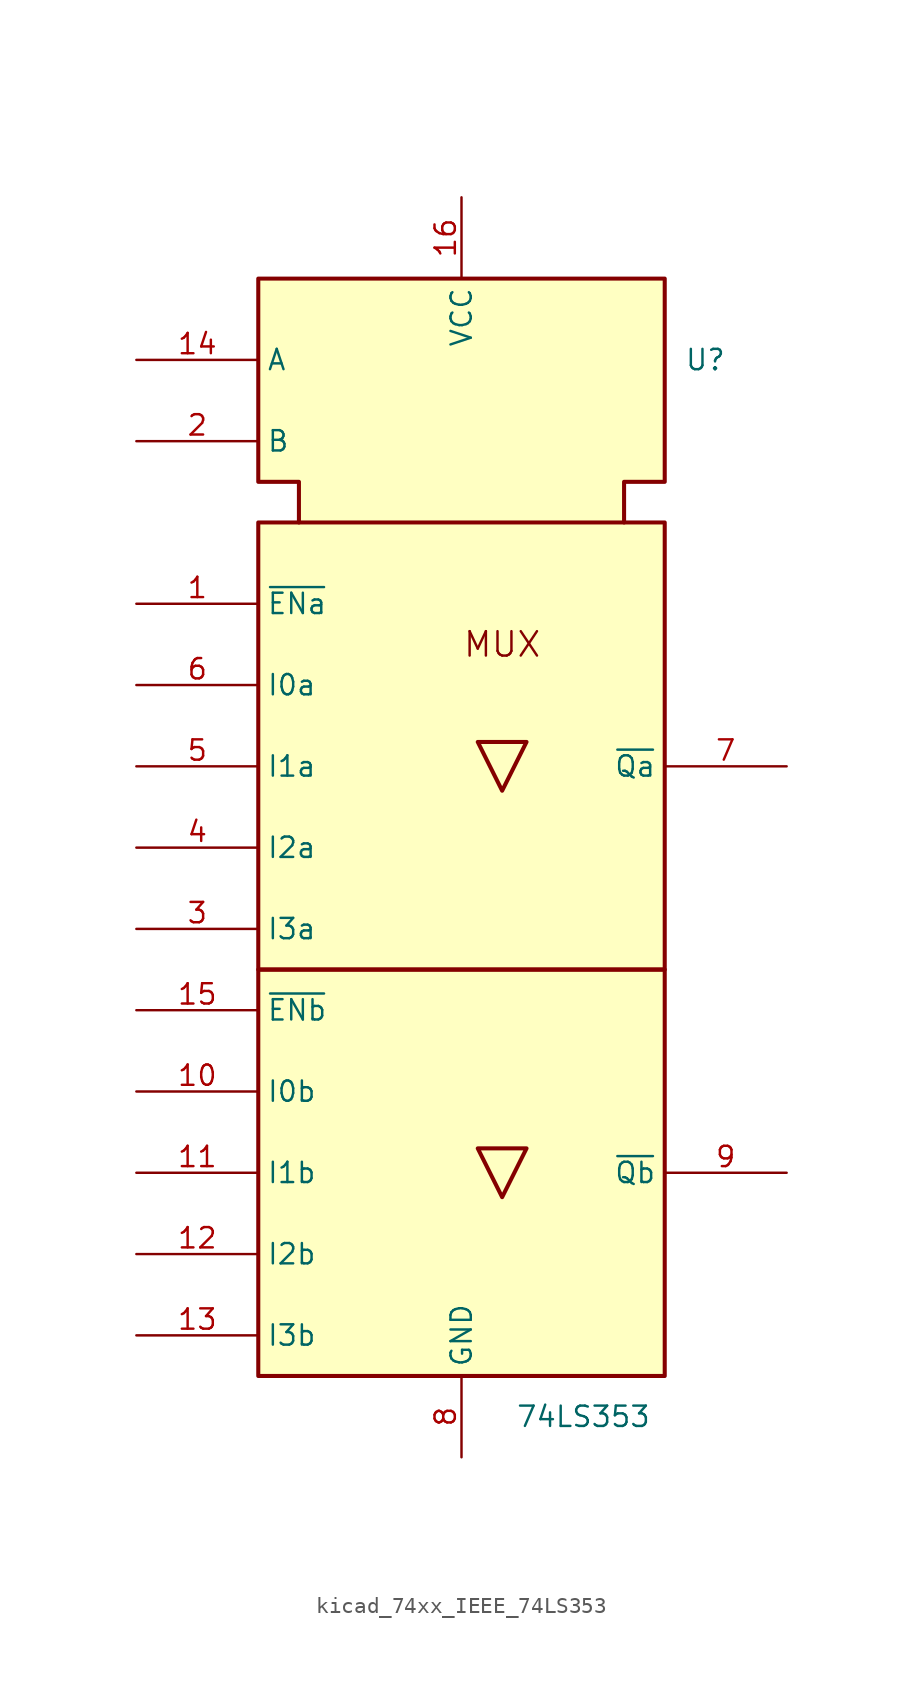
<source format=kicad_sym>
(kicad_symbol_lib
  (version 20220914)
  (generator kicad_symbol_editor)
  (symbol "kicad_74xx_IEEE_74LS353"
    (property "Reference" "U"
      (at 15.24 33.02 0)
      (effects (font (size 1.27 1.27))))
    (property "Value" "74LS353"
      (at 7.62 -33.02 0)
      (effects (font (size 1.27 1.27))))
    (symbol "kicad_74xx_IEEE_74LS353_0_0"
      (rectangle (start -12.7 -5.08) (end 12.7 -30.48) (stroke (width 0.254) (type default)) (fill (type background)))
      (rectangle (start -12.7 22.86) (end 12.7 -5.08) (stroke (width 0.254) (type default)) (fill (type background)))
      (polyline (pts (xy 4.064 -16.256) (xy 1.016 -16.256) (xy 2.54 -19.304) (xy 4.064 -16.256) (xy 4.064 -16.256)) (stroke (width 0.254) (type default)) (fill (type background)))
      (polyline (pts (xy 4.064 9.144) (xy 1.016 9.144) (xy 2.54 6.096) (xy 4.064 9.144) (xy 4.064 9.144)) (stroke (width 0.254) (type default)) (fill (type background)))
      (polyline (pts (xy -10.16 22.86) (xy -10.16 25.4) (xy -12.7 25.4) (xy -12.7 38.1) (xy 12.7 38.1) (xy 12.7 25.4) (xy 10.16 25.4) (xy 10.16 22.86) (xy 10.16 22.86)) (stroke (width 0.254) (type default)) (fill (type background)))
      (text "MUX" (at 2.54 15.24 0) (effects (font (size 1.524 1.524))))
      (pin power_in line (at 0 43.18 270) (length 5.08) (name "VCC" (effects (font (size 1.27 1.27)))) (number "16" (effects (font (size 1.27 1.27)))))
      (pin power_in line (at 0 -35.56 90) (length 5.08) (name "GND" (effects (font (size 1.27 1.27)))) (number "8" (effects (font (size 1.27 1.27))))))
    (symbol "kicad_74xx_IEEE_74LS353_1_1"
      (pin input line (at -20.32 17.78 0) (length 7.62) (name "~{ENa}" (effects (font (size 1.27 1.27)))) (number "1" (effects (font (size 1.27 1.27)))))
      (pin input line (at -20.32 -12.7 0) (length 7.62) (name "I0b" (effects (font (size 1.27 1.27)))) (number "10" (effects (font (size 1.27 1.27)))))
      (pin input line (at -20.32 -17.78 0) (length 7.62) (name "I1b" (effects (font (size 1.27 1.27)))) (number "11" (effects (font (size 1.27 1.27)))))
      (pin input line (at -20.32 -22.86 0) (length 7.62) (name "I2b" (effects (font (size 1.27 1.27)))) (number "12" (effects (font (size 1.27 1.27)))))
      (pin input line (at -20.32 -27.94 0) (length 7.62) (name "I3b" (effects (font (size 1.27 1.27)))) (number "13" (effects (font (size 1.27 1.27)))))
      (pin input line (at -20.32 33.02 0) (length 7.62) (name "A" (effects (font (size 1.27 1.27)))) (number "14" (effects (font (size 1.27 1.27)))))
      (pin input line (at -20.32 -7.62 0) (length 7.62) (name "~{ENb}" (effects (font (size 1.27 1.27)))) (number "15" (effects (font (size 1.27 1.27)))))
      (pin input line (at -20.32 27.94 0) (length 7.62) (name "B" (effects (font (size 1.27 1.27)))) (number "2" (effects (font (size 1.27 1.27)))))
      (pin input line (at -20.32 -2.54 0) (length 7.62) (name "I3a" (effects (font (size 1.27 1.27)))) (number "3" (effects (font (size 1.27 1.27)))))
      (pin input line (at -20.32 2.54 0) (length 7.62) (name "I2a" (effects (font (size 1.27 1.27)))) (number "4" (effects (font (size 1.27 1.27)))))
      (pin input line (at -20.32 7.62 0) (length 7.62) (name "I1a" (effects (font (size 1.27 1.27)))) (number "5" (effects (font (size 1.27 1.27)))))
      (pin input line (at -20.32 12.7 0) (length 7.62) (name "I0a" (effects (font (size 1.27 1.27)))) (number "6" (effects (font (size 1.27 1.27)))))
      (pin tri_state line (at 20.32 7.62 180) (length 7.62) (name "~{Qa}" (effects (font (size 1.27 1.27)))) (number "7" (effects (font (size 1.27 1.27)))))
      (pin tri_state line (at 20.32 -17.78 180) (length 7.62) (name "~{Qb}" (effects (font (size 1.27 1.27)))) (number "9" (effects (font (size 1.27 1.27))))))))
</source>
